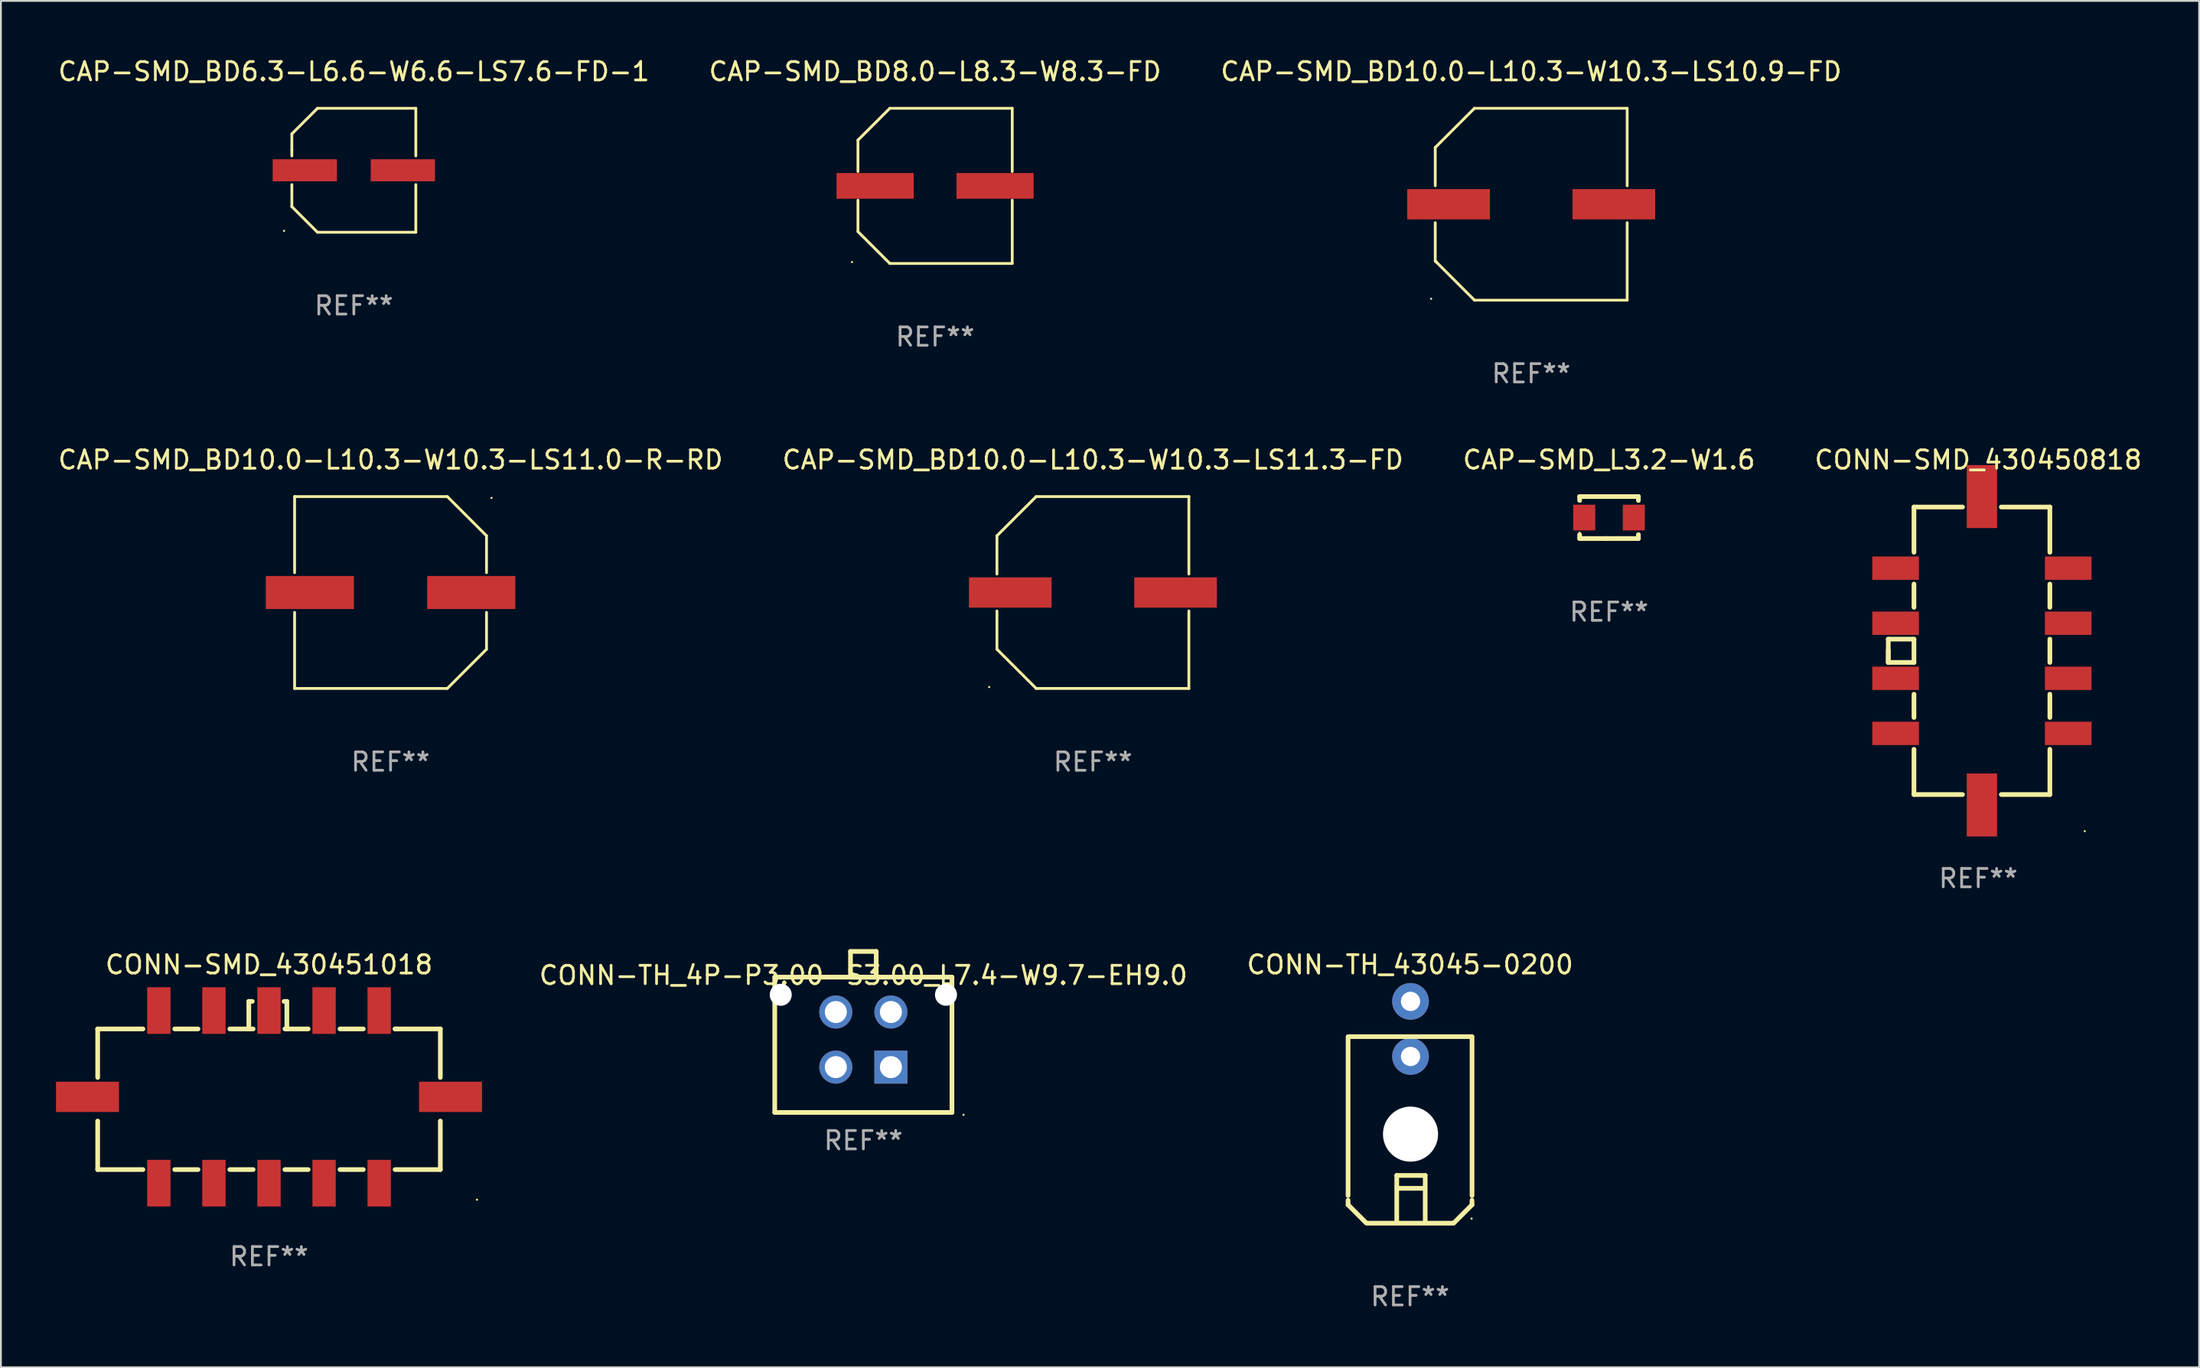
<source format=kicad_pcb>
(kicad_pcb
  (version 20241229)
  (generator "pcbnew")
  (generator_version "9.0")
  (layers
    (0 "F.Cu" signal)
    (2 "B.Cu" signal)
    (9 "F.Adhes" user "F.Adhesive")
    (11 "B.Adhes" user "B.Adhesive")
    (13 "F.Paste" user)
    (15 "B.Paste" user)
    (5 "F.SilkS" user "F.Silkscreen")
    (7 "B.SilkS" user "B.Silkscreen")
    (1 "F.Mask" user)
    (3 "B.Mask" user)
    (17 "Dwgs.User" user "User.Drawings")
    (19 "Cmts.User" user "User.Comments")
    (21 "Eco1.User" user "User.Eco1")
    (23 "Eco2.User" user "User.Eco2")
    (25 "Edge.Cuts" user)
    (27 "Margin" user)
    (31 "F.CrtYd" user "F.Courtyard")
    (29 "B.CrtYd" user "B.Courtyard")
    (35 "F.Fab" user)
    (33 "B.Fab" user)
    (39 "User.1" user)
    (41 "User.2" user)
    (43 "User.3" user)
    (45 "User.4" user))
  (footprint "CAP-SMD_L3.2-W1.6"
    (layer "F.Cu")
    (at 84.577 25.14)
    (property "Reference" "CAP-SMD_L3.2-W1.6" (at 0 -3.143 0) (layer "F.SilkS") (effects (font (size 1 1) (thickness 0.15))))
    (attr through_hole)
    (fp_line (start -1.6 1.143) (end -0.128 1.143) (stroke (width 0.254) (type solid)) (layer "F.SilkS"))
    (fp_line (start -1.6 -1.143) (end -1.6 -0.931) (stroke (width 0.254) (type solid)) (layer "F.SilkS"))
    (fp_line (start -1.6 -1.143) (end 1.6 -1.143) (stroke (width 0.254) (type solid)) (layer "F.SilkS"))
    (fp_line (start -1.6 0.931) (end -1.6 1.143) (stroke (width 0.254) (type solid)) (layer "F.SilkS"))
    (fp_line (start -0.128 1.143) (end -0.128 1.143) (stroke (width 0.254) (type solid)) (layer "F.SilkS"))
    (fp_line (start -0.128 1.143) (end 1.6 1.143) (stroke (width 0.254) (type solid)) (layer "F.SilkS"))
    (fp_line (start 1.6 -1.143) (end 1.6 -0.931) (stroke (width 0.254) (type solid)) (layer "F.SilkS"))
    (fp_line (start 1.6 0.931) (end 1.6 1.143) (stroke (width 0.254) (type solid)) (layer "F.SilkS"))
    (fp_circle (center -1.6 0.8) (end -1.58 0.8) (stroke (width 0.04) (type solid)) (fill no) (layer "F.SilkS"))
    (fp_text user "REF**" (at 0 5.143 0) (layer "F.Fab") (effects (font (size 1 1) (thickness 0.15))))
    (pad "1" smd rect (at -1.35 0) (size 1.2 1.4) (layers "F.Cu" "F.Mask" "F.Paste"))
    (pad "2" smd rect (at 1.35 0) (size 1.2 1.4) (layers "F.Cu" "F.Mask" "F.Paste")))
  (footprint "CAP-SMD_BD8.0-L8.3-W8.3-FD"
    (layer "F.Cu")
    (at 47.875 7.074)
    (property "Reference" "CAP-SMD_BD8.0-L8.3-W8.3-FD" (at 0 -6.226 0) (layer "F.SilkS") (effects (font (size 1 1) (thickness 0.15))))
    (attr through_hole)
    (fp_line (start -4.201 -2.49) (end -4.201 -0.782) (stroke (width 0.152) (type solid)) (layer "F.SilkS"))
    (fp_line (start -4.201 2.49) (end -4.201 0.782) (stroke (width 0.152) (type solid)) (layer "F.SilkS"))
    (fp_line (start -2.465 -4.226) (end -4.201 -2.49) (stroke (width 0.152) (type solid)) (layer "F.SilkS"))
    (fp_line (start -2.465 4.226) (end -4.201 2.49) (stroke (width 0.152) (type solid)) (layer "F.SilkS"))
    (fp_line (start 4.201 -4.226) (end -2.465 -4.226) (stroke (width 0.152) (type solid)) (layer "F.SilkS"))
    (fp_line (start 4.201 -0.782) (end 4.201 -4.226) (stroke (width 0.152) (type solid)) (layer "F.SilkS"))
    (fp_line (start 4.201 0.782) (end 4.201 4.226) (stroke (width 0.152) (type solid)) (layer "F.SilkS"))
    (fp_line (start 4.201 4.226) (end -2.465 4.226) (stroke (width 0.152) (type solid)) (layer "F.SilkS"))
    (fp_circle (center -4.525 4.15) (end -4.495 4.15) (stroke (width 0.06) (type solid)) (fill no) (layer "F.SilkS"))
    (fp_text user "REF**" (at 0 8.226 0) (layer "F.Fab") (effects (font (size 1 1) (thickness 0.15))))
    (pad "1" smd rect (at -3.267 0) (size 4.2 1.4) (layers "F.Cu" "F.Mask" "F.Paste"))
    (pad "2" smd rect (at 3.267 0) (size 4.2 1.4) (layers "F.Cu" "F.Mask" "F.Paste")))
  (footprint "CONN-SMD_430451018"
    (layer "F.Cu")
    (at 11.6 56.694)
    (property "Reference" "CONN-SMD_430451018" (at -0.000025 -7.2 0) (layer "F.SilkS") (effects (font (size 1 1) (thickness 0.15))))
    (attr through_hole)
    (fp_line (start -9.33 -3.7) (end -9.33 -1.056) (stroke (width 0.254) (type solid)) (layer "F.SilkS"))
    (fp_line (start -9.33 -3.7) (end -6.866 -3.7) (stroke (width 0.254) (type solid)) (layer "F.SilkS"))
    (fp_line (start -9.33 1.316) (end -9.33 3.96) (stroke (width 0.254) (type solid)) (layer "F.SilkS"))
    (fp_line (start -9.33 3.96) (end -6.866 3.96) (stroke (width 0.254) (type solid)) (layer "F.SilkS"))
    (fp_line (start -5.134 -3.7) (end -3.866 -3.7) (stroke (width 0.254) (type solid)) (layer "F.SilkS"))
    (fp_line (start -5.134 3.96) (end -3.866 3.96) (stroke (width 0.254) (type solid)) (layer "F.SilkS"))
    (fp_line (start -2.134 -3.7) (end -0.866 -3.7) (stroke (width 0.254) (type solid)) (layer "F.SilkS"))
    (fp_line (start -2.134 3.96) (end -0.866 3.96) (stroke (width 0.254) (type solid)) (layer "F.SilkS"))
    (fp_line (start -1.1 -5.2) (end -0.91 -5.2) (stroke (width 0.254) (type solid)) (layer "F.SilkS"))
    (fp_line (start -1.1 -3.693) (end -1.1 -5.2) (stroke (width 0.254) (type solid)) (layer "F.SilkS"))
    (fp_line (start 0.822 -5.2) (end 0.972 -5.2) (stroke (width 0.254) (type solid)) (layer "F.SilkS"))
    (fp_line (start 0.866 -3.7) (end 2.134 -3.7) (stroke (width 0.254) (type solid)) (layer "F.SilkS"))
    (fp_line (start 0.866 3.96) (end 2.134 3.96) (stroke (width 0.254) (type solid)) (layer "F.SilkS"))
    (fp_line (start 0.972 -5.2) (end 0.972 -3.693) (stroke (width 0.254) (type solid)) (layer "F.SilkS"))
    (fp_line (start 3.866 -3.7) (end 5.134 -3.7) (stroke (width 0.254) (type solid)) (layer "F.SilkS"))
    (fp_line (start 3.866 3.96) (end 5.134 3.96) (stroke (width 0.254) (type solid)) (layer "F.SilkS"))
    (fp_line (start 6.866 -3.7) (end 7.016 -3.7) (stroke (width 0.254) (type solid)) (layer "F.SilkS"))
    (fp_line (start 6.866 -3.7) (end 9.33 -3.7) (stroke (width 0.254) (type solid)) (layer "F.SilkS"))
    (fp_line (start 6.866 3.96) (end 9.33 3.96) (stroke (width 0.254) (type solid)) (layer "F.SilkS"))
    (fp_line (start 9.33 -3.7) (end 9.33 -1.056) (stroke (width 0.254) (type solid)) (layer "F.SilkS"))
    (fp_line (start 9.33 1.316) (end 9.33 3.96) (stroke (width 0.254) (type solid)) (layer "F.SilkS"))
    (fp_circle (center 11.325 5.6) (end 11.355 5.6) (stroke (width 0.06) (type solid)) (fill no) (layer "F.SilkS"))
    (fp_text user "REF**" (at -0.000025 8.7 0) (layer "F.Fab") (effects (font (size 1 1) (thickness 0.15))))
    (pad "1" smd rect (at 6 4.7) (size 1.27 2.54) (layers "F.Cu" "F.Mask" "F.Paste"))
    (pad "2" smd rect (at 3 4.7) (size 1.27 2.54) (layers "F.Cu" "F.Mask" "F.Paste"))
    (pad "3" smd rect (at -0.000025 4.7) (size 1.27 2.54) (layers "F.Cu" "F.Mask" "F.Paste"))
    (pad "4" smd rect (at -3 4.7) (size 1.27 2.54) (layers "F.Cu" "F.Mask" "F.Paste"))
    (pad "5" smd rect (at -6 4.7) (size 1.27 2.54) (layers "F.Cu" "F.Mask" "F.Paste"))
    (pad "6" smd rect (at 6 -4.7) (size 1.27 2.54) (layers "F.Cu" "F.Mask" "F.Paste"))
    (pad "7" smd rect (at 3 -4.7) (size 1.27 2.54) (layers "F.Cu" "F.Mask" "F.Paste"))
    (pad "8" smd rect (at -0.000025 -4.7) (size 1.27 2.54) (layers "F.Cu" "F.Mask" "F.Paste"))
    (pad "9" smd rect (at -3 -4.7) (size 1.27 2.54) (layers "F.Cu" "F.Mask" "F.Paste"))
    (pad "10" smd rect (at -6 -4.7) (size 1.27 2.54) (layers "F.Cu" "F.Mask" "F.Paste"))
    (pad "11" smd rect (at -9.885 0 90) (size 1.65 3.43) (layers "F.Cu" "F.Mask" "F.Paste"))
    (pad "12" smd rect (at 9.885 0 90) (size 1.65 3.43) (layers "F.Cu" "F.Mask" "F.Paste")))
  (footprint "CAP-SMD_BD10.0-L10.3-W10.3-LS11.0-R-RD"
    (layer "F.Cu")
    (at 18.22 29.223)
    (property "Reference" "CAP-SMD_BD10.0-L10.3-W10.3-LS11.0-R-RD" (at 0 -7.226 0) (layer "F.SilkS") (effects (font (size 1 1) (thickness 0.15))))
    (attr through_hole)
    (fp_line (start -5.226 -5.226) (end -5.226 -1.08) (stroke (width 0.152) (type solid)) (layer "F.SilkS"))
    (fp_line (start -5.226 -5.226) (end 3.09 -5.226) (stroke (width 0.152) (type solid)) (layer "F.SilkS"))
    (fp_line (start -5.226 1.08) (end -5.226 5.226) (stroke (width 0.152) (type solid)) (layer "F.SilkS"))
    (fp_line (start -5.226 5.226) (end 3.09 5.226) (stroke (width 0.152) (type solid)) (layer "F.SilkS"))
    (fp_line (start 3.09 -5.226) (end 5.226 -3.09) (stroke (width 0.152) (type solid)) (layer "F.SilkS"))
    (fp_line (start 3.09 5.226) (end 5.226 3.09) (stroke (width 0.152) (type solid)) (layer "F.SilkS"))
    (fp_line (start 5.226 -1.08) (end 5.226 -3.09) (stroke (width 0.152) (type solid)) (layer "F.SilkS"))
    (fp_line (start 5.226 3.09) (end 5.226 1.08) (stroke (width 0.152) (type solid)) (layer "F.SilkS"))
    (fp_circle (center 5.5 -5.15) (end 5.53 -5.15) (stroke (width 0.06) (type solid)) (fill no) (layer "F.SilkS"))
    (fp_text user "REF**" (at 0 9.226 0) (layer "F.Fab") (effects (font (size 1 1) (thickness 0.15))))
    (pad "1" smd rect (at 4.395 0 180) (size 4.8 1.8) (layers "F.Cu" "F.Mask" "F.Paste"))
    (pad "2" smd rect (at -4.395 0 180) (size 4.8 1.8) (layers "F.Cu" "F.Mask" "F.Paste")))
  (footprint "CONN-TH_4P-P3.00-S3.00_L7.4-W9.7-EH9.0"
    (layer "F.Cu")
    (at 43.968 53.573)
    (property "Reference" "CONN-TH_4P-P3.00-S3.00_L7.4-W9.7-EH9.0" (at 0 -3.5 0) (layer "F.SilkS") (effects (font (size 1 1) (thickness 0.15))))
    (attr through_hole)
    (fp_line (start -4.825 -3.4) (end -4.825 3.97) (stroke (width 0.254) (type solid)) (layer "F.SilkS"))
    (fp_line (start -4.825 3.97) (end 4.825 3.97) (stroke (width 0.254) (type solid)) (layer "F.SilkS"))
    (fp_line (start -0.7 -4.8) (end -0.7 -3.4) (stroke (width 0.254) (type solid)) (layer "F.SilkS"))
    (fp_line (start -0.7 -3.4) (end 0.7 -3.4) (stroke (width 0.254) (type solid)) (layer "F.SilkS"))
    (fp_line (start 0.7 -4.8) (end -0.7 -4.8) (stroke (width 0.254) (type solid)) (layer "F.SilkS"))
    (fp_line (start 0.7 -3.4) (end 0.7 -4.8) (stroke (width 0.254) (type solid)) (layer "F.SilkS"))
    (fp_line (start 4.825 -3.4) (end -4.825 -3.4) (stroke (width 0.254) (type solid)) (layer "F.SilkS"))
    (fp_line (start 4.825 3.97) (end 4.825 -3.4) (stroke (width 0.254) (type solid)) (layer "F.SilkS"))
    (fp_circle (center 5.456 4.097) (end 5.486 4.097) (stroke (width 0.06) (type solid)) (fill no) (layer "F.SilkS"))
    (fp_text user "REF**" (at 0 5.5 0) (layer "F.Fab") (effects (font (size 1 1) (thickness 0.15))))
    (pad "" np_thru_hole circle (at -4.5 -2.44) (size 1.2 1.2) (drill 1.2) (layers "*.Cu" "*.Mask"))
    (pad "" np_thru_hole circle (at 4.5 -2.44) (size 1.2 1.2) (drill 1.2) (layers "*.Cu" "*.Mask"))
    (pad "1" thru_hole rect (at 1.5 1.5) (size 1.8 1.8) (drill 1.2) (layers "*.Cu" "*.Mask"))
    (pad "2" thru_hole circle (at -1.5 1.5) (size 1.8 1.8) (drill 1.2) (layers "*.Cu" "*.Mask"))
    (pad "3" thru_hole circle (at 1.5 -1.5) (size 1.8 1.8) (drill 1.2) (layers "*.Cu" "*.Mask"))
    (pad "4" thru_hole circle (at -1.5 -1.5) (size 1.8 1.8) (drill 1.2) (layers "*.Cu" "*.Mask")))
  (footprint "CAP-SMD_BD10.0-L10.3-W10.3-LS11.3-FD"
    (layer "F.Cu")
    (at 56.47 29.223)
    (property "Reference" "CAP-SMD_BD10.0-L10.3-W10.3-LS11.3-FD" (at 0 -7.226 0) (layer "F.SilkS") (effects (font (size 1 1) (thickness 0.15))))
    (attr through_hole)
    (fp_line (start -5.226 -3.09) (end -5.226 -1.005) (stroke (width 0.152) (type solid)) (layer "F.SilkS"))
    (fp_line (start -5.226 1.005) (end -5.226 3.09) (stroke (width 0.152) (type solid)) (layer "F.SilkS"))
    (fp_line (start -3.09 -5.226) (end -5.226 -3.09) (stroke (width 0.152) (type solid)) (layer "F.SilkS"))
    (fp_line (start -3.09 5.226) (end -5.226 3.09) (stroke (width 0.152) (type solid)) (layer "F.SilkS"))
    (fp_line (start 5.226 -5.226) (end -3.09 -5.226) (stroke (width 0.152) (type solid)) (layer "F.SilkS"))
    (fp_line (start 5.226 -1.005) (end 5.226 -5.226) (stroke (width 0.152) (type solid)) (layer "F.SilkS"))
    (fp_line (start 5.226 5.226) (end -3.09 5.226) (stroke (width 0.152) (type solid)) (layer "F.SilkS"))
    (fp_line (start 5.226 5.226) (end 5.226 1.005) (stroke (width 0.152) (type solid)) (layer "F.SilkS"))
    (fp_circle (center -5.65 5.15) (end -5.62 5.15) (stroke (width 0.06) (type solid)) (fill no) (layer "F.SilkS"))
    (fp_text user "REF**" (at 0 9.226 0) (layer "F.Fab") (effects (font (size 1 1) (thickness 0.15))))
    (pad "1" smd rect (at -4.5 0) (size 4.5 1.65) (layers "F.Cu" "F.Mask" "F.Paste"))
    (pad "2" smd rect (at 4.5 0) (size 4.5 1.65) (layers "F.Cu" "F.Mask" "F.Paste")))
  (footprint "CAP-SMD_BD6.3-L6.6-W6.6-LS7.6-FD-1"
    (layer "F.Cu")
    (at 16.22 6.224)
    (property "Reference" "CAP-SMD_BD6.3-L6.6-W6.6-LS7.6-FD-1" (at -0.000165 -5.376 0) (layer "F.SilkS") (effects (font (size 1 1) (thickness 0.15))))
    (attr through_hole)
    (fp_line (start -3.376 -1.981) (end -3.376 -1.12) (stroke (width 0.152) (type solid)) (layer "F.SilkS"))
    (fp_line (start -3.376 -1.12) (end -3.376 -0.78) (stroke (width 0.152) (type solid)) (layer "F.SilkS"))
    (fp_line (start -3.376 0.78) (end -3.376 1.981) (stroke (width 0.152) (type solid)) (layer "F.SilkS"))
    (fp_line (start -1.981 3.376) (end -3.376 1.981) (stroke (width 0.152) (type solid)) (layer "F.SilkS"))
    (fp_line (start -1.979 -3.376) (end -3.376 -1.981) (stroke (width 0.152) (type solid)) (layer "F.SilkS"))
    (fp_line (start 3.375 -3.376) (end -1.979 -3.376) (stroke (width 0.152) (type solid)) (layer "F.SilkS"))
    (fp_line (start 3.375 -3.376) (end 3.375 -0.78) (stroke (width 0.152) (type solid)) (layer "F.SilkS"))
    (fp_line (start 3.375 0.78) (end 3.375 3.376) (stroke (width 0.152) (type solid)) (layer "F.SilkS"))
    (fp_line (start 3.376 3.376) (end -1.981 3.376) (stroke (width 0.152) (type solid)) (layer "F.SilkS"))
    (fp_circle (center -3.8 3.3) (end -3.77 3.3) (stroke (width 0.06) (type solid)) (fill no) (layer "F.SilkS"))
    (fp_text user "REF**" (at -0.000165 7.376 0) (layer "F.Fab") (effects (font (size 1 1) (thickness 0.15))))
    (pad "1" smd rect (at -2.67 0) (size 3.5 1.2) (layers "F.Cu" "F.Mask" "F.Paste"))
    (pad "2" smd rect (at 2.67 0) (size 3.5 1.2) (layers "F.Cu" "F.Mask" "F.Paste")))
  (footprint "CAP-SMD_BD10.0-L10.3-W10.3-LS10.9-FD"
    (layer "F.Cu")
    (at 80.339 8.074)
    (property "Reference" "CAP-SMD_BD10.0-L10.3-W10.3-LS10.9-FD" (at 0 -7.226 0) (layer "F.SilkS") (effects (font (size 1 1) (thickness 0.15))))
    (attr through_hole)
    (fp_line (start -5.226 -3.09) (end -5.226 -1.005) (stroke (width 0.152) (type solid)) (layer "F.SilkS"))
    (fp_line (start -5.226 1.005) (end -5.226 3.09) (stroke (width 0.152) (type solid)) (layer "F.SilkS"))
    (fp_line (start -5.226 3.09) (end -5.131 3.185) (stroke (width 0.152) (type solid)) (layer "F.SilkS"))
    (fp_line (start -3.09 -5.226) (end -5.226 -3.09) (stroke (width 0.152) (type solid)) (layer "F.SilkS"))
    (fp_line (start -3.09 5.226) (end -5.226 3.09) (stroke (width 0.152) (type solid)) (layer "F.SilkS"))
    (fp_line (start 5.226 -5.226) (end -3.09 -5.226) (stroke (width 0.152) (type solid)) (layer "F.SilkS"))
    (fp_line (start 5.226 -1.005) (end 5.226 -5.226) (stroke (width 0.152) (type solid)) (layer "F.SilkS"))
    (fp_line (start 5.226 5.226) (end -3.09 5.226) (stroke (width 0.152) (type solid)) (layer "F.SilkS"))
    (fp_line (start 5.226 5.226) (end 5.226 1.005) (stroke (width 0.152) (type solid)) (layer "F.SilkS"))
    (fp_circle (center -5.45 5.15) (end -5.42 5.15) (stroke (width 0.06) (type solid)) (fill no) (layer "F.SilkS"))
    (fp_text user "REF**" (at 0 9.226 0) (layer "F.Fab") (effects (font (size 1 1) (thickness 0.15))))
    (pad "1" smd rect (at -4.5 0) (size 4.5 1.65) (layers "F.Cu" "F.Mask" "F.Paste"))
    (pad "2" smd rect (at 4.5 0) (size 4.5 1.65) (layers "F.Cu" "F.Mask" "F.Paste")))
  (footprint "CONN-TH_43045-0200"
    (layer "F.Cu")
    (at 73.767 52.994)
    (property "Reference" "CONN-TH_43045-0200" (at -0.026 -3.5 0) (layer "F.SilkS") (effects (font (size 1 1) (thickness 0.15))))
    (attr through_hole)
    (fp_line (start -3.401 9.078) (end -3.401 0.42) (stroke (width 0.254) (type solid)) (layer "F.SilkS"))
    (fp_line (start -3.401 9.329) (end -3.401 9.579) (stroke (width 0.254) (type solid)) (layer "F.SilkS"))
    (fp_line (start -3.401 9.579) (end -2.451 10.529) (stroke (width 0.254) (type solid)) (layer "F.SilkS"))
    (fp_line (start -2.4 10.581) (end 2.35 10.581) (stroke (width 0.254) (type solid)) (layer "F.SilkS"))
    (fp_line (start -0.75 7.981) (end -0.75 10.531) (stroke (width 0.254) (type solid)) (layer "F.SilkS"))
    (fp_line (start -0.75 7.981) (end 0.8 7.981) (stroke (width 0.254) (type solid)) (layer "F.SilkS"))
    (fp_line (start -0.7 8.681) (end 0.75 8.681) (stroke (width 0.254) (type solid)) (layer "F.SilkS"))
    (fp_line (start 0.8 7.981) (end 0.8 10.531) (stroke (width 0.254) (type solid)) (layer "F.SilkS"))
    (fp_line (start 3.33 0.42) (end -3.33 0.42) (stroke (width 0.254) (type solid)) (layer "F.SilkS"))
    (fp_line (start 3.347 9.33) (end 3.347 9.58) (stroke (width 0.254) (type solid)) (layer "F.SilkS"))
    (fp_line (start 3.347 9.58) (end 2.398 10.53) (stroke (width 0.254) (type solid)) (layer "F.SilkS"))
    (fp_line (start 3.35 0.42) (end 3.35 9.08) (stroke (width 0.254) (type solid)) (layer "F.SilkS"))
    (fp_circle (center 3.325 10.33) (end 3.355 10.33) (stroke (width 0.06) (type solid)) (fill no) (layer "F.SilkS"))
    (fp_circle (center 0 5.73) (end 0.725 5.73) (stroke (width 1.45) (type solid)) (fill no) (layer "F.Fab"))
    (fp_text user "REF**" (at -0.026 14.581 0) (layer "F.Fab") (effects (font (size 1 1) (thickness 0.15))))
    (pad "" np_thru_hole circle (at 0 5.73) (size 3 3) (drill 3) (layers "*.Cu" "*.Mask"))
    (pad "1" thru_hole circle (at 0 1.5) (size 2 2) (drill 1.05) (layers "*.Cu" "*.Mask"))
    (pad "2" thru_hole circle (at 0 -1.5) (size 2 2) (drill 1.05) (layers "*.Cu" "*.Mask")))
  (footprint "CONN-SMD_430450818"
    (layer "F.Cu")
    (at 104.885 32.397)
    (property "Reference" "CONN-SMD_430450818" (at -0.2 -10.4 0) (layer "F.SilkS") (effects (font (size 1 1) (thickness 0.15))))
    (attr through_hole)
    (fp_line (start -5.1 -0.634) (end -3.7 -0.634) (stroke (width 0.254) (type solid)) (layer "F.SilkS"))
    (fp_line (start -5.1 -0.02) (end -5.1 0.634) (stroke (width 0.254) (type solid)) (layer "F.SilkS"))
    (fp_line (start -5.1 0.634) (end -5.1 -0.634) (stroke (width 0.254) (type solid)) (layer "F.SilkS"))
    (fp_line (start -5.1 0.634) (end -3.7 0.634) (stroke (width 0.254) (type solid)) (layer "F.SilkS"))
    (fp_line (start -3.7 -7.83) (end -3.7 -5.366) (stroke (width 0.254) (type solid)) (layer "F.SilkS"))
    (fp_line (start -3.7 -7.83) (end -1.056 -7.83) (stroke (width 0.254) (type solid)) (layer "F.SilkS"))
    (fp_line (start -3.7 -3.634) (end -3.7 -2.366) (stroke (width 0.254) (type solid)) (layer "F.SilkS"))
    (fp_line (start -3.7 -0.634) (end -3.7 0.634) (stroke (width 0.254) (type solid)) (layer "F.SilkS"))
    (fp_line (start -3.7 2.366) (end -3.7 3.634) (stroke (width 0.254) (type solid)) (layer "F.SilkS"))
    (fp_line (start -3.7 5.366) (end -3.7 7.83) (stroke (width 0.254) (type solid)) (layer "F.SilkS"))
    (fp_line (start -1.056 7.83) (end -3.7 7.83) (stroke (width 0.254) (type solid)) (layer "F.SilkS"))
    (fp_line (start 1.056 -7.83) (end 3.7 -7.83) (stroke (width 0.254) (type solid)) (layer "F.SilkS"))
    (fp_line (start 3.7 -7.83) (end 3.7 -5.366) (stroke (width 0.254) (type solid)) (layer "F.SilkS"))
    (fp_line (start 3.7 -3.634) (end 3.7 -2.366) (stroke (width 0.254) (type solid)) (layer "F.SilkS"))
    (fp_line (start 3.7 -0.634) (end 3.7 0.634) (stroke (width 0.254) (type solid)) (layer "F.SilkS"))
    (fp_line (start 3.7 2.366) (end 3.7 3.634) (stroke (width 0.254) (type solid)) (layer "F.SilkS"))
    (fp_line (start 3.7 5.366) (end 3.7 7.83) (stroke (width 0.254) (type solid)) (layer "F.SilkS"))
    (fp_line (start 3.7 7.83) (end 1.056 7.83) (stroke (width 0.254) (type solid)) (layer "F.SilkS"))
    (fp_circle (center 5.6 9.825) (end 5.63 9.825) (stroke (width 0.06) (type solid)) (fill no) (layer "F.SilkS"))
    (fp_text user "REF**" (at -0.2 12.4 0) (layer "F.Fab") (effects (font (size 1 1) (thickness 0.15))))
    (pad "1" smd rect (at 4.7 -4.5 270) (size 1.27 2.54) (layers "F.Cu" "F.Mask" "F.Paste"))
    (pad "2" smd rect (at 4.7 -1.5 270) (size 1.27 2.54) (layers "F.Cu" "F.Mask" "F.Paste"))
    (pad "3" smd rect (at 4.7 1.5 270) (size 1.27 2.54) (layers "F.Cu" "F.Mask" "F.Paste"))
    (pad "4" smd rect (at 4.7 4.5 270) (size 1.27 2.54) (layers "F.Cu" "F.Mask" "F.Paste"))
    (pad "5" smd rect (at -4.7 -4.5 270) (size 1.27 2.54) (layers "F.Cu" "F.Mask" "F.Paste"))
    (pad "6" smd rect (at -4.7 -1.5 270) (size 1.27 2.54) (layers "F.Cu" "F.Mask" "F.Paste"))
    (pad "7" smd rect (at -4.7 1.5 270) (size 1.27 2.54) (layers "F.Cu" "F.Mask" "F.Paste"))
    (pad "8" smd rect (at -4.7 4.5 270) (size 1.27 2.54) (layers "F.Cu" "F.Mask" "F.Paste"))
    (pad "9" smd rect (at -0.000102 -8.4 270) (size 3.43 1.65) (layers "F.Cu" "F.Mask" "F.Paste"))
    (pad "10" smd rect (at -0.000102 8.4 270) (size 3.43 1.65) (layers "F.Cu" "F.Mask" "F.Paste")))
  (gr_rect
    (start -3 -3)
    (end 116.714 71.423)
    (stroke (width 0.1) (type default))
    (fill no)
    (layer "Edge.Cuts")))
</source>
